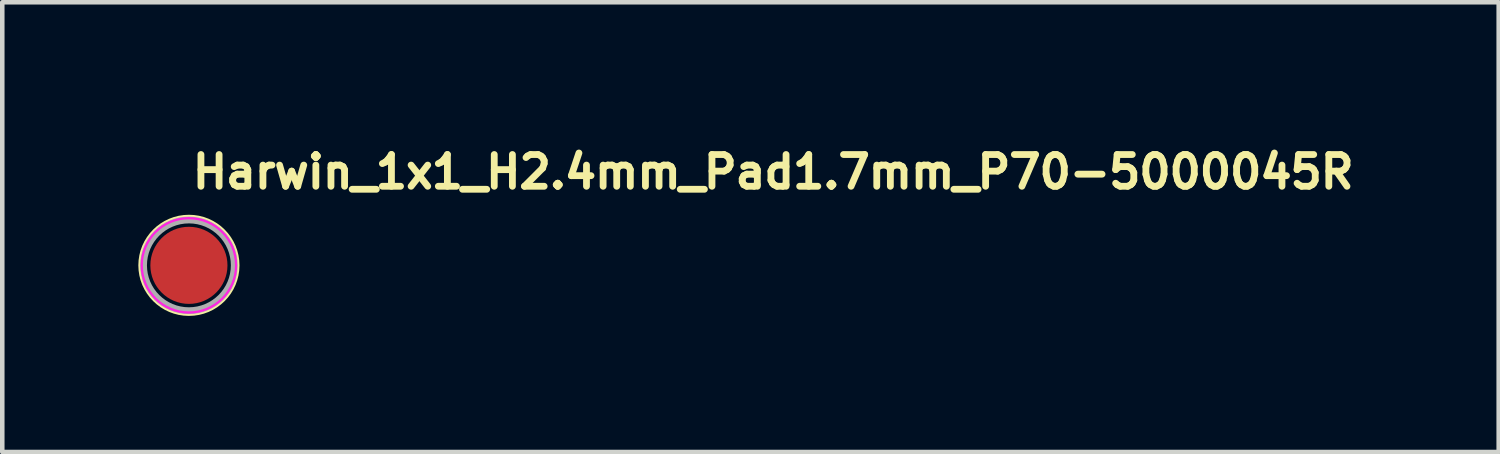
<source format=kicad_pcb>
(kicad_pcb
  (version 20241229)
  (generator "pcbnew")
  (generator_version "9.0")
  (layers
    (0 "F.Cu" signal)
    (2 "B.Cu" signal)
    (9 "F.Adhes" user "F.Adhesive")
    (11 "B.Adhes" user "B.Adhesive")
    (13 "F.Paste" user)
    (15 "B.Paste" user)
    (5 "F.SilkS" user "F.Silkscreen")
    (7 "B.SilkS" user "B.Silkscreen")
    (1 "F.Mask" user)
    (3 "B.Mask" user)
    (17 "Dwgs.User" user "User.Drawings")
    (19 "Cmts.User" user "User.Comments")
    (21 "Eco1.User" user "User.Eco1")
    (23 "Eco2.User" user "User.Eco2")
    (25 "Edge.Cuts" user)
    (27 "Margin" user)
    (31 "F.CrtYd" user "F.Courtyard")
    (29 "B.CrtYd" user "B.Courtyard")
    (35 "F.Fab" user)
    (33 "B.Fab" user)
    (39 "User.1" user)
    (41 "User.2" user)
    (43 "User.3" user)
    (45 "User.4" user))
  (footprint "Harwin_1x1_H2.4mm_Pad1.7mm_P70-5000045R"
    (layer "F.Cu")
    (at 1.115 2.8)
    (property "Reference" "Harwin_1x1_H2.4mm_Pad1.7mm_P70-5000045R" (at 0 -1.65 0) (layer "F.SilkS") (effects (font (size 0.7 0.7) (thickness 0.15)) (justify left bottom)))
    (attr smd)
    (fp_circle (center 0 0) (end 1.04 0) (stroke (width 0.15) (type solid)) (fill no) (layer "F.SilkS"))
    (fp_circle (center 0 0) (end 1.04 0.01) (stroke (width 0.05) (type solid)) (fill no) (layer "F.CrtYd"))
    (fp_circle (center 0 0) (end 1 0) (stroke (width 0.15) (type solid)) (fill no) (layer "F.Fab"))
    (fp_rect (start -0.9 -0.9) (end 0.9 0.9) (stroke (width 0.1) (type default)) (fill no) (layer "User.5"))
    (fp_circle (center 0 0) (end 0.45 0) (stroke (width 0.02) (type solid)) (fill no) (layer "User.9"))
    (fp_circle (center 0 0) (end 0.55 0) (stroke (width 0.02) (type solid)) (fill no) (layer "User.9"))
    (fp_circle (center 0 0) (end 0.75 0) (stroke (width 0.02) (type solid)) (fill no) (layer "User.9"))
    (fp_circle (center 0 0) (end 0.8 0) (stroke (width 0.02) (type solid)) (fill no) (layer "User.9"))
    (fp_circle (center 0 0) (end 1 0) (stroke (width 0.02) (type solid)) (fill no) (layer "User.9"))
    (pad "1" smd circle (at 0 0) (size 1.7 1.7) (layers "F.Cu" "F.Mask" "F.Paste")))
  (gr_rect
    (start -3 -3)
    (end 29.992 6.915)
    (stroke (width 0.1) (type default))
    (fill no)
    (layer "Edge.Cuts")))
</source>
